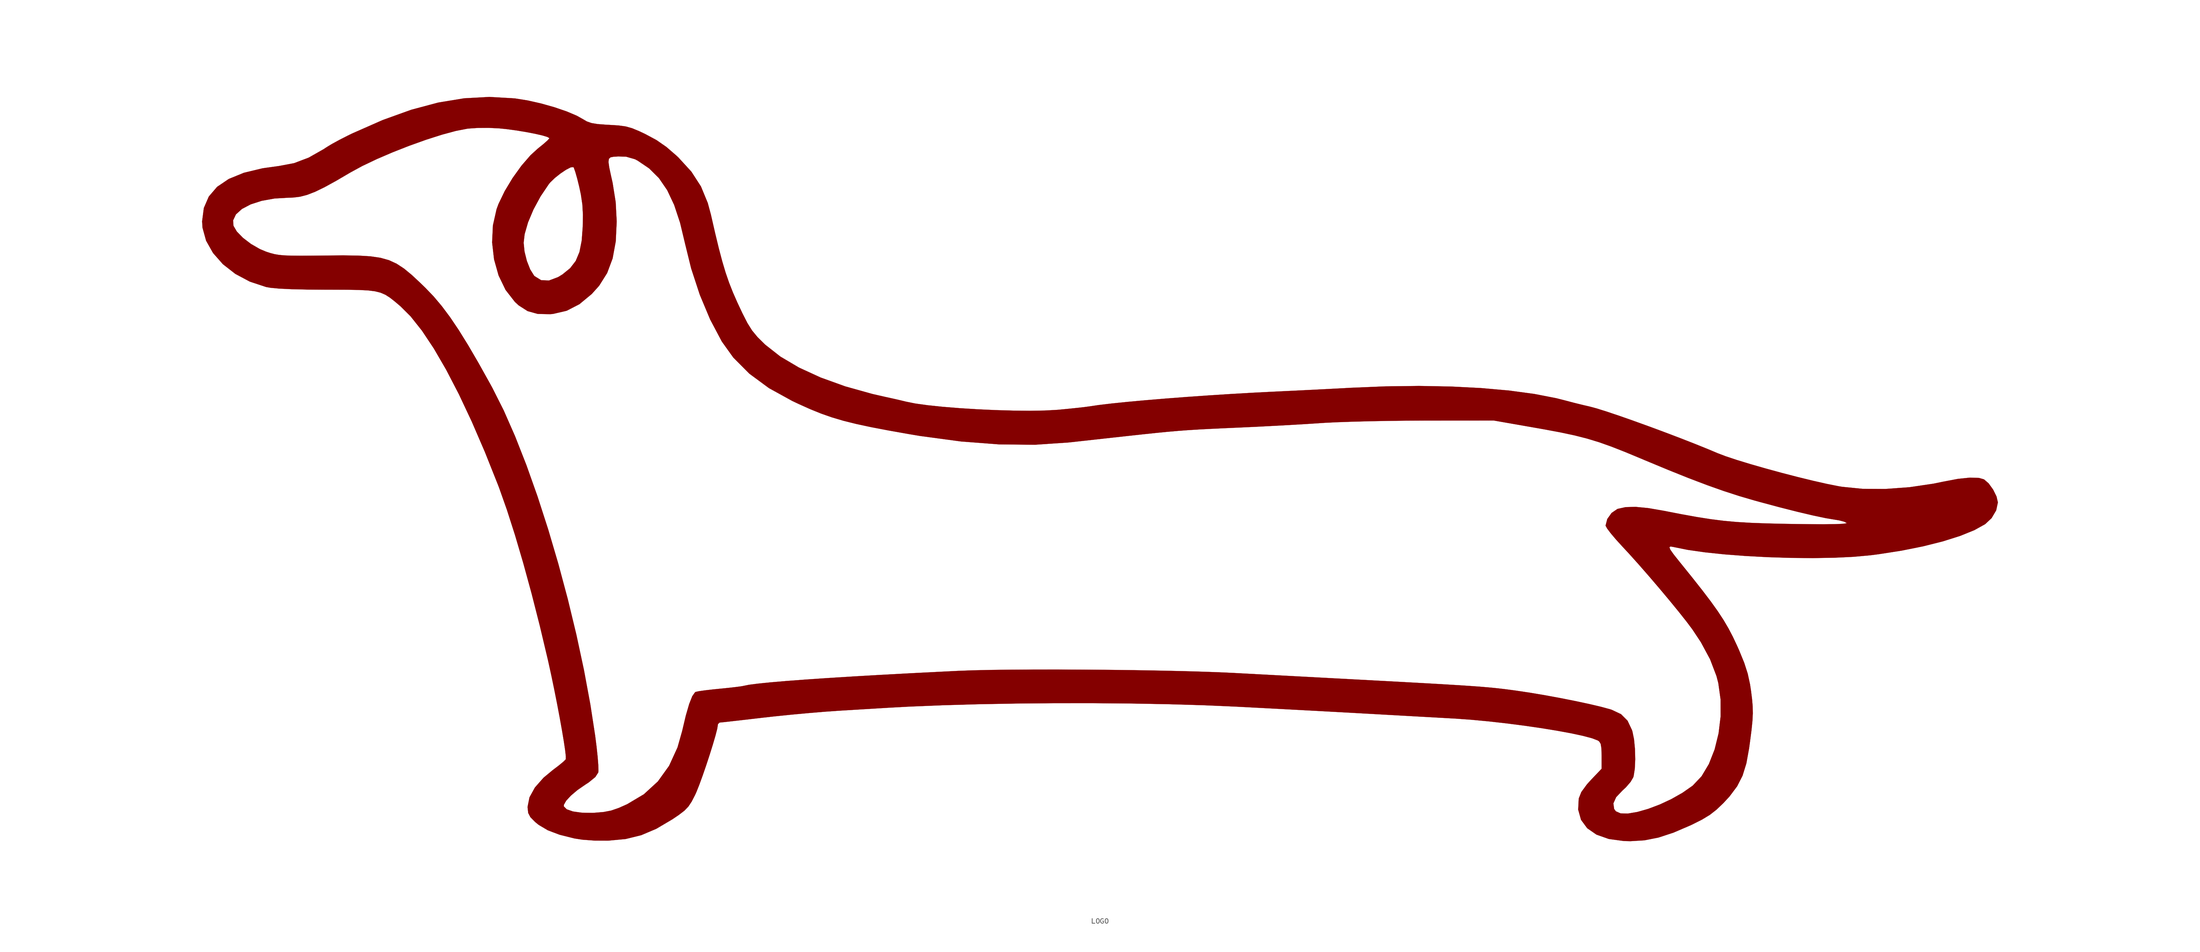
<source format=kicad_sym>
(kicad_symbol_lib
  (version 20220914)
  (generator bitmap2component)
  (symbol "LOGO"
    (pin_names
      (offset 1.016))
    (property "Reference" "#G"
      (at 0 197.626 0)
      (effects (font (size 1.27 1.27)) hide))
    (symbol "LOGO_0_0"
      (polyline (pts (xy 92.637 -52.725) (xy 95.137 -52.232) (xy 97.812 -51.356) (xy 100.839 -50.056) (xy 101.097 -49.935) (xy 102.899 -49.031) (xy 104.285 -48.19) (xy 105.477 -47.261) (xy 106.699 -46.093) (xy 107.794 -44.91) (xy 109.144 -43.108) (xy 110.112 -41.213) (xy 110.791 -39.023) (xy 111.276 -36.336) (xy 111.431 -35.214) (xy 111.702 -33.123) (xy 111.869 -31.483) (xy 111.938 -30.127) (xy 111.915 -28.883) (xy 111.805 -27.583) (xy 111.614 -26.057) (xy 111.444 -24.94) (xy 111.027 -23.022) (xy 110.412 -21.11) (xy 109.509 -18.901) (xy 109.15 -18.095) (xy 108.392 -16.481) (xy 107.605 -14.976) (xy 106.73 -13.486) (xy 105.704 -11.921) (xy 104.465 -10.188) (xy 102.952 -8.196) (xy 101.102 -5.852) (xy 98.855 -3.065) (xy 97.854 -1.807) (xy 97.268 -0.98) (xy 97.087 -0.533) (xy 97.279 -0.391) (xy 97.814 -0.477) (xy 97.911 -0.501) (xy 100.377 -0.997) (xy 103.412 -1.43) (xy 106.888 -1.794) (xy 110.678 -2.084) (xy 114.653 -2.295) (xy 118.685 -2.42) (xy 122.645 -2.455) (xy 126.407 -2.393) (xy 129.842 -2.231) (xy 132.821 -1.961) (xy 134.272 -1.777) (xy 138.404 -1.134) (xy 142.268 -0.359) (xy 145.778 0.524) (xy 148.846 1.492) (xy 151.385 2.522) (xy 153.305 3.588) (xy 154.449 4.66) (xy 155.269 6.047) (xy 155.569 7.462) (xy 155.328 8.515) (xy 154.721 9.744) (xy 153.92 10.854) (xy 153.098 11.562) (xy 152.213 11.819) (xy 150.601 11.874) (xy 148.456 11.652) (xy 145.837 11.155) (xy 144.113 10.801) (xy 139.823 10.166) (xy 135.541 9.855) (xy 131.467 9.877) (xy 127.802 10.243) (xy 127.198 10.345) (xy 125.128 10.758) (xy 122.659 11.316) (xy 119.928 11.984) (xy 117.071 12.725) (xy 114.224 13.502) (xy 111.522 14.278) (xy 109.102 15.017) (xy 107.101 15.681) (xy 105.653 16.234) (xy 103.952 16.95) (xy 101.539 17.924) (xy 98.884 18.961) (xy 96.101 20.018) (xy 93.3 21.056) (xy 90.594 22.032) (xy 88.094 22.908) (xy 85.912 23.641) (xy 84.161 24.191) (xy 82.952 24.517) (xy 81.806 24.782) (xy 80.112 25.199) (xy 78.669 25.58) (xy 76.963 26.015) (xy 73.049 26.777) (xy 68.564 27.381) (xy 63.59 27.823) (xy 58.205 28.098) (xy 52.491 28.202) (xy 46.527 28.128) (xy 40.393 27.874) (xy 39.895 27.846) (xy 37.758 27.732) (xy 35.168 27.599) (xy 32.32 27.456) (xy 29.41 27.314) (xy 26.635 27.183) (xy 23.039 27.001) (xy 19.07 26.773) (xy 15.066 26.517) (xy 11.12 26.24) (xy 7.323 25.95) (xy 3.769 25.654) (xy 0.55 25.359) (xy -2.242 25.074) (xy -4.514 24.804) (xy -6.174 24.559) (xy -6.178 24.558) (xy -6.94 24.454) (xy -8.226 24.307) (xy -9.855 24.138) (xy -11.651 23.965) (xy -11.899 23.943) (xy -14.098 23.823) (xy -16.748 23.781) (xy -19.723 23.809) (xy -22.893 23.9) (xy -26.129 24.048) (xy -29.303 24.247) (xy -32.287 24.488) (xy -34.951 24.765) (xy -37.166 25.072) (xy -38.806 25.402) (xy -38.836 25.41) (xy -39.827 25.649) (xy -41.206 25.965) (xy -42.686 26.29) (xy -44.816 26.777) (xy -49.628 28.122) (xy -54.004 29.698) (xy -57.878 31.479) (xy -61.187 33.435) (xy -63.865 35.538) (xy -63.985 35.65) (xy -65.26 36.911) (xy -66.224 38.081) (xy -67.058 39.412) (xy -67.946 41.156) (xy -68.842 43.062) (xy -69.634 44.865) (xy -70.319 46.603) (xy -70.938 48.402) (xy -71.53 50.387) (xy -72.137 52.685) (xy -72.799 55.424) (xy -73.555 58.728) (xy -74.111 60.792) (xy -75.326 63.734) (xy -77.029 66.368) (xy -79.329 68.881) (xy -79.67 69.204) (xy -81.481 70.771) (xy -83.233 71.987) (xy -85.21 73.052) (xy -86.288 73.563) (xy -87.575 74.098) (xy -88.713 74.418) (xy -89.986 74.594) (xy -91.678 74.701) (xy -92.212 74.728) (xy -93.745 74.844) (xy -94.82 75.023) (xy -95.632 75.308) (xy -96.374 75.74) (xy -97.419 76.327) (xy -99.226 77.094) (xy -101.408 77.84) (xy -103.786 78.511) (xy -106.179 79.051) (xy -108.404 79.405) (xy -108.551 79.421) (xy -112.985 79.677) (xy -117.476 79.433) (xy -122.095 78.675) (xy -126.912 77.388) (xy -131.998 75.557) (xy -137.422 73.166) (xy -138.171 72.802) (xy -139.699 72.022) (xy -141.035 71.293) (xy -141.952 70.737) (xy -142.465 70.396) (xy -145.159 68.867) (xy -147.748 67.885) (xy -150.413 67.381) (xy -153.382 66.966) (xy -156.698 66.167) (xy -159.388 65.068) (xy -161.466 63.662) (xy -162.941 61.94) (xy -163.827 59.894) (xy -164.112 57.682) (xy -158.618 57.682) (xy -158.112 58.755) (xy -157.043 59.721) (xy -155.488 60.541) (xy -153.523 61.176) (xy -151.225 61.587) (xy -148.671 61.734) (xy -147.911 61.757) (xy -146.695 61.907) (xy -145.43 62.235) (xy -144.01 62.786) (xy -142.328 63.603) (xy -140.276 64.731) (xy -137.749 66.212) (xy -135.629 67.368) (xy -133.058 68.593) (xy -130.204 69.82) (xy -127.216 70.993) (xy -124.246 72.056) (xy -121.444 72.951) (xy -118.96 73.623) (xy -116.946 74.015) (xy -116.725 74.043) (xy -115.058 74.155) (xy -113.115 74.168) (xy -111.26 74.079) (xy -109.902 73.94) (xy -108.16 73.704) (xy -106.424 73.418) (xy -104.831 73.11) (xy -103.521 72.807) (xy -102.632 72.536) (xy -102.306 72.325) (xy -102.312 72.302) (xy -102.642 71.931) (xy -103.376 71.279) (xy -104.375 70.473) (xy -105.669 69.293) (xy -107.281 67.431) (xy -108.857 65.24) (xy -110.262 62.907) (xy -111.366 60.62) (xy -111.713 59.682) (xy -112.363 56.792) (xy -112.504 53.763) (xy -112.496 53.697) (xy -106.892 53.697) (xy -106.715 55.229) (xy -106.109 57.33) (xy -105.141 59.627) (xy -103.881 61.957) (xy -102.401 64.154) (xy -102.169 64.435) (xy -101.347 65.233) (xy -100.352 66.026) (xy -99.355 66.697) (xy -98.529 67.124) (xy -98.045 67.187) (xy -97.945 67.027) (xy -97.687 66.298) (xy -97.355 65.132) (xy -96.998 63.687) (xy -96.705 62.313) (xy -96.439 60.535) (xy -96.337 58.725) (xy -96.371 56.55) (xy -96.553 54.096) (xy -96.954 52.063) (xy -97.623 50.466) (xy -98.614 49.177) (xy -99.982 48.066) (xy -100.753 47.594) (xy -102.374 46.981) (xy -103.771 47.036) (xy -104.941 47.759) (xy -105.045 47.871) (xy -105.727 48.964) (xy -106.318 50.47) (xy -106.734 52.133) (xy -106.892 53.697) (xy -112.496 53.697) (xy -112.159 50.742) (xy -111.352 47.872) (xy -110.109 45.301) (xy -108.452 43.172) (xy -107.778 42.551) (xy -106.186 41.531) (xy -104.384 41.03) (xy -102.183 40.984) (xy -101.656 41.03) (xy -99.226 41.594) (xy -96.96 42.763) (xy -94.757 44.586) (xy -93.448 46.046) (xy -92.024 48.31) (xy -91.05 50.911) (xy -90.494 53.941) (xy -90.325 57.489) (xy -90.507 60.948) (xy -91.052 64.382) (xy -91.342 65.668) (xy -91.654 67.129) (xy -91.787 68.083) (xy -91.718 68.643) (xy -91.424 68.92) (xy -90.88 69.026) (xy -90.064 69.074) (xy -88.682 69.042) (xy -87.065 68.581) (xy -86.589 68.326) (xy -84.541 66.941) (xy -82.804 65.212) (xy -81.336 63.07) (xy -80.096 60.442) (xy -79.041 57.257) (xy -78.13 53.446) (xy -77.069 49.129) (xy -75.532 44.441) (xy -73.687 40.035) (xy -71.61 36.114) (xy -69.57 33.263) (xy -66.713 30.391) (xy -63.225 27.819) (xy -59.1 25.544) (xy -57.919 24.985) (xy -55.873 24.067) (xy -53.943 23.285) (xy -52.012 22.608) (xy -49.964 22.001) (xy -47.684 21.433) (xy -45.053 20.868) (xy -41.956 20.276) (xy -38.276 19.622) (xy -36.361 19.301) (xy -29.04 18.314) (xy -22.208 17.791) (xy -15.831 17.732) (xy -9.878 18.134) (xy -9.629 18.161) (xy -7.438 18.402) (xy -5.201 18.649) (xy -3.168 18.873) (xy -1.587 19.047) (xy 0.341 19.26) (xy 3.224 19.574) (xy 5.626 19.827) (xy 7.69 20.03) (xy 9.555 20.193) (xy 11.361 20.328) (xy 13.25 20.446) (xy 15.361 20.557) (xy 17.835 20.674) (xy 20.814 20.806) (xy 21.248 20.825) (xy 24.12 20.961) (xy 27.159 21.119) (xy 30.148 21.285) (xy 32.868 21.447) (xy 35.101 21.595) (xy 35.935 21.647) (xy 38.084 21.748) (xy 40.728 21.839) (xy 43.728 21.917) (xy 46.941 21.977) (xy 50.227 22.018) (xy 53.446 22.034) (xy 65.793 22.049) (xy 73.378 20.722) (xy 74.833 20.465) (xy 77.754 19.917) (xy 80.231 19.388) (xy 82.442 18.826) (xy 84.565 18.179) (xy 86.778 17.393) (xy 89.258 16.418) (xy 92.184 15.2) (xy 92.787 14.945) (xy 96.943 13.218) (xy 100.588 11.759) (xy 103.828 10.528) (xy 106.769 9.487) (xy 109.519 8.595) (xy 112.183 7.814) (xy 113.196 7.535) (xy 116.713 6.591) (xy 119.893 5.785) (xy 122.65 5.134) (xy 124.903 4.66) (xy 126.567 4.381) (xy 127.284 4.265) (xy 128.195 4.031) (xy 128.641 3.795) (xy 128.571 3.731) (xy 127.905 3.644) (xy 126.563 3.59) (xy 124.564 3.568) (xy 121.926 3.58) (xy 118.667 3.624) (xy 117.76 3.64) (xy 114.415 3.717) (xy 111.573 3.821) (xy 109.073 3.97) (xy 106.752 4.181) (xy 104.448 4.471) (xy 102 4.856) (xy 99.244 5.354) (xy 96.018 5.981) (xy 93.338 6.444) (xy 91.083 6.665) (xy 89.295 6.619) (xy 87.884 6.312) (xy 87.826 6.291) (xy 86.799 5.589) (xy 86.028 4.508) (xy 85.725 3.337) (xy 85.728 3.311) (xy 86.005 2.802) (xy 86.674 1.919) (xy 87.641 0.779) (xy 88.812 -0.501) (xy 89.928 -1.704) (xy 91.621 -3.591) (xy 93.458 -5.694) (xy 95.336 -7.892) (xy 97.151 -10.061) (xy 98.8 -12.079) (xy 100.18 -13.823) (xy 101.186 -15.169) (xy 102.69 -17.438) (xy 104.328 -20.478) (xy 105.465 -23.456) (xy 105.794 -24.719) (xy 106.2 -27.628) (xy 106.207 -30.655) (xy 105.844 -33.668) (xy 105.138 -36.537) (xy 104.117 -39.132) (xy 102.811 -41.32) (xy 101.246 -42.973) (xy 101.179 -43.026) (xy 99.411 -44.261) (xy 97.433 -45.381) (xy 95.358 -46.349) (xy 93.302 -47.126) (xy 91.379 -47.673) (xy 89.705 -47.953) (xy 88.393 -47.926) (xy 87.559 -47.554) (xy 87.25 -47.136) (xy 87.112 -46.153) (xy 87.607 -45.041) (xy 88.712 -43.874) (xy 89.346 -43.286) (xy 90.176 -42.323) (xy 90.652 -41.51) (xy 90.72 -41.287) (xy 90.926 -39.985) (xy 91.003 -38.294) (xy 90.957 -36.461) (xy 90.791 -34.731) (xy 90.509 -33.351) (xy 90.427 -33.088) (xy 89.637 -31.416) (xy 88.479 -30.258) (xy 86.821 -29.472) (xy 86.499 -29.371) (xy 84.913 -28.941) (xy 82.817 -28.447) (xy 80.359 -27.921) (xy 77.686 -27.39) (xy 74.946 -26.885) (xy 72.288 -26.436) (xy 69.859 -26.072) (xy 69.233 -25.986) (xy 68.163 -25.845) (xy 67.121 -25.718) (xy 66.046 -25.599) (xy 64.877 -25.487) (xy 63.553 -25.375) (xy 62.011 -25.26) (xy 60.193 -25.138) (xy 58.036 -25.004) (xy 55.48 -24.854) (xy 52.464 -24.684) (xy 48.925 -24.49) (xy 44.804 -24.267) (xy 40.04 -24.011) (xy 37.538 -23.878) (xy 34.084 -23.693) (xy 30.642 -23.509) (xy 27.349 -23.332) (xy 24.345 -23.172) (xy 21.767 -23.034) (xy 19.756 -22.926) (xy 17.69 -22.827) (xy 14.309 -22.701) (xy 10.479 -22.59) (xy 6.304 -22.497) (xy 1.889 -22.42) (xy -2.66 -22.363) (xy -7.239 -22.324) (xy -11.743 -22.305) (xy -16.066 -22.307) (xy -20.104 -22.331) (xy -23.752 -22.378) (xy -26.904 -22.447) (xy -29.457 -22.541) (xy -32.251 -22.677) (xy -38.033 -22.97) (xy -43.406 -23.261) (xy -48.337 -23.546) (xy -52.792 -23.825) (xy -56.739 -24.093) (xy -60.145 -24.349) (xy -62.978 -24.591) (xy -65.204 -24.817) (xy -66.791 -25.023) (xy -67.705 -25.209) (xy -68.053 -25.277) (xy -69.02 -25.41) (xy -70.389 -25.567) (xy -71.986 -25.727) (xy -73.148 -25.843) (xy -74.597 -26.011) (xy -75.693 -26.167) (xy -76.26 -26.286) (xy -76.376 -26.352) (xy -76.871 -27.051) (xy -77.421 -28.442) (xy -78.023 -30.515) (xy -78.672 -33.261) (xy -79.498 -36.176) (xy -80.998 -39.452) (xy -82.995 -42.235) (xy -85.485 -44.517) (xy -88.46 -46.288) (xy -89.969 -46.96) (xy -91.316 -47.422) (xy -92.65 -47.68) (xy -94.28 -47.816) (xy -94.629 -47.832) (xy -96.544 -47.804) (xy -98.112 -47.586) (xy -99.216 -47.201) (xy -99.741 -46.675) (xy -99.735 -46.405) (xy -99.321 -45.674) (xy -98.472 -44.756) (xy -97.301 -43.764) (xy -95.921 -42.813) (xy -95.31 -42.416) (xy -94.126 -41.451) (xy -93.603 -40.634) (xy -93.574 -40.319) (xy -93.603 -39.324) (xy -93.718 -37.857) (xy -93.908 -36.059) (xy -94.16 -34.073) (xy -95.015 -28.523) (xy -96.156 -22.369) (xy -97.505 -16.08) (xy -99.034 -9.751) (xy -100.715 -3.475) (xy -102.522 2.657) (xy -104.425 8.549) (xy -106.399 14.11) (xy -108.415 19.245) (xy -110.446 23.863) (xy -112.465 27.869) (xy -112.826 28.53) (xy -114.914 32.274) (xy -116.771 35.46) (xy -118.448 38.164) (xy -119.993 40.459) (xy -121.459 42.419) (xy -122.892 44.121) (xy -124.345 45.637) (xy -125.256 46.523) (xy -126.805 47.969) (xy -128.184 49.106) (xy -129.501 49.972) (xy -130.868 50.6) (xy -132.392 51.027) (xy -134.183 51.288) (xy -136.352 51.418) (xy -139.006 51.453) (xy -142.257 51.428) (xy -144.442 51.404) (xy -146.596 51.392) (xy -148.244 51.406) (xy -149.498 51.453) (xy -150.466 51.542) (xy -151.262 51.679) (xy -151.993 51.873) (xy -152.772 52.129) (xy -153.856 52.584) (xy -155.433 53.494) (xy -156.855 54.578) (xy -157.95 55.699) (xy -158.55 56.724) (xy -158.618 57.682) (xy -164.112 57.682) (xy -164.134 57.515) (xy -164.061 56.372) (xy -163.424 54.065) (xy -162.19 51.878) (xy -160.433 49.885) (xy -158.225 48.162) (xy -155.641 46.783) (xy -152.753 45.825) (xy -151.974 45.688) (xy -150.423 45.541) (xy -148.264 45.436) (xy -145.464 45.371) (xy -141.993 45.346) (xy -140.943 45.345) (xy -138.3 45.335) (xy -136.224 45.3) (xy -134.609 45.217) (xy -133.354 45.061) (xy -132.353 44.811) (xy -131.503 44.441) (xy -130.7 43.929) (xy -129.84 43.253) (xy -128.819 42.387) (xy -127.019 40.596) (xy -124.999 38.05) (xy -122.882 34.871) (xy -120.686 31.09) (xy -118.428 26.738) (xy -116.126 21.846) (xy -113.795 16.445) (xy -111.453 10.567) (xy -111.251 10.035) (xy -109.871 6.136) (xy -108.431 1.642) (xy -106.959 -3.356) (xy -105.479 -8.767) (xy -104.019 -14.499) (xy -102.603 -20.461) (xy -102.486 -20.976) (xy -101.959 -23.381) (xy -101.436 -25.901) (xy -100.933 -28.433) (xy -100.471 -30.878) (xy -100.066 -33.135) (xy -99.737 -35.103) (xy -99.501 -36.684) (xy -99.378 -37.775) (xy -99.385 -38.276) (xy -99.406 -38.312) (xy -99.832 -38.733) (xy -100.654 -39.412) (xy -101.718 -40.219) (xy -103.349 -41.572) (xy -104.887 -43.316) (xy -105.852 -45.067) (xy -106.186 -46.742) (xy -106.185 -46.889) (xy -106.078 -47.855) (xy -105.688 -48.604) (xy -104.863 -49.443) (xy -104.233 -49.96) (xy -102.596 -50.931) (xy -100.508 -51.724) (xy -97.843 -52.392) (xy -96.418 -52.611) (xy -94.226 -52.772) (xy -91.899 -52.781) (xy -91.778 -52.777) (xy -88.727 -52.49) (xy -85.963 -51.811) (xy -83.272 -50.67) (xy -80.436 -48.994) (xy -79.286 -48.219) (xy -78.273 -47.444) (xy -77.561 -46.707) (xy -76.98 -45.829) (xy -76.362 -44.629) (xy -76.143 -44.145) (xy -75.63 -42.862) (xy -75.034 -41.23) (xy -74.4 -39.393) (xy -73.776 -37.496) (xy -73.21 -35.683) (xy -72.746 -34.098) (xy -72.434 -32.886) (xy -72.32 -32.191) (xy -72.299 -32.029) (xy -72.018 -31.75) (xy -71.957 -31.746) (xy -71.339 -31.684) (xy -70.16 -31.554) (xy -68.53 -31.37) (xy -66.555 -31.142) (xy -64.345 -30.884) (xy -62.142 -30.639) (xy -59.15 -30.335) (xy -56.093 -30.053) (xy -53.224 -29.815) (xy -50.8 -29.645) (xy -49.395 -29.56) (xy -47.139 -29.424) (xy -45.027 -29.296) (xy -43.245 -29.188) (xy -41.981 -29.111) (xy -38.182 -28.906) (xy -32.298 -28.666) (xy -25.95 -28.484) (xy -19.277 -28.362) (xy -12.419 -28.3) (xy -5.515 -28.298) (xy 1.294 -28.358) (xy 7.869 -28.478) (xy 14.069 -28.661) (xy 19.756 -28.905) (xy 20.912 -28.965) (xy 27.03 -29.285) (xy 33.526 -29.632) (xy 40.129 -29.992) (xy 46.567 -30.351) (xy 47.324 -30.394) (xy 50.115 -30.55) (xy 53.16 -30.721) (xy 56.141 -30.887) (xy 58.737 -31.032) (xy 58.959 -31.044) (xy 61.816 -31.248) (xy 64.869 -31.534) (xy 68.017 -31.887) (xy 71.161 -32.291) (xy 74.201 -32.731) (xy 77.037 -33.192) (xy 79.57 -33.659) (xy 81.698 -34.116) (xy 83.323 -34.549) (xy 84.344 -34.941) (xy 84.576 -35.099) (xy 84.852 -35.537) (xy 84.985 -36.325) (xy 85.019 -37.639) (xy 85.019 -39.976) (xy 83.105 -41.983) (xy 82.413 -42.746) (xy 81.407 -44.123) (xy 80.949 -45.278) (xy 80.848 -47.26) (xy 81.352 -49.069) (xy 82.449 -50.563) (xy 84.107 -51.712) (xy 86.292 -52.483) (xy 88.971 -52.846) (xy 90.136 -52.877) (xy 92.637 -52.725)) (stroke (width 0.01) (type default)) (fill (type outline))))))
</source>
